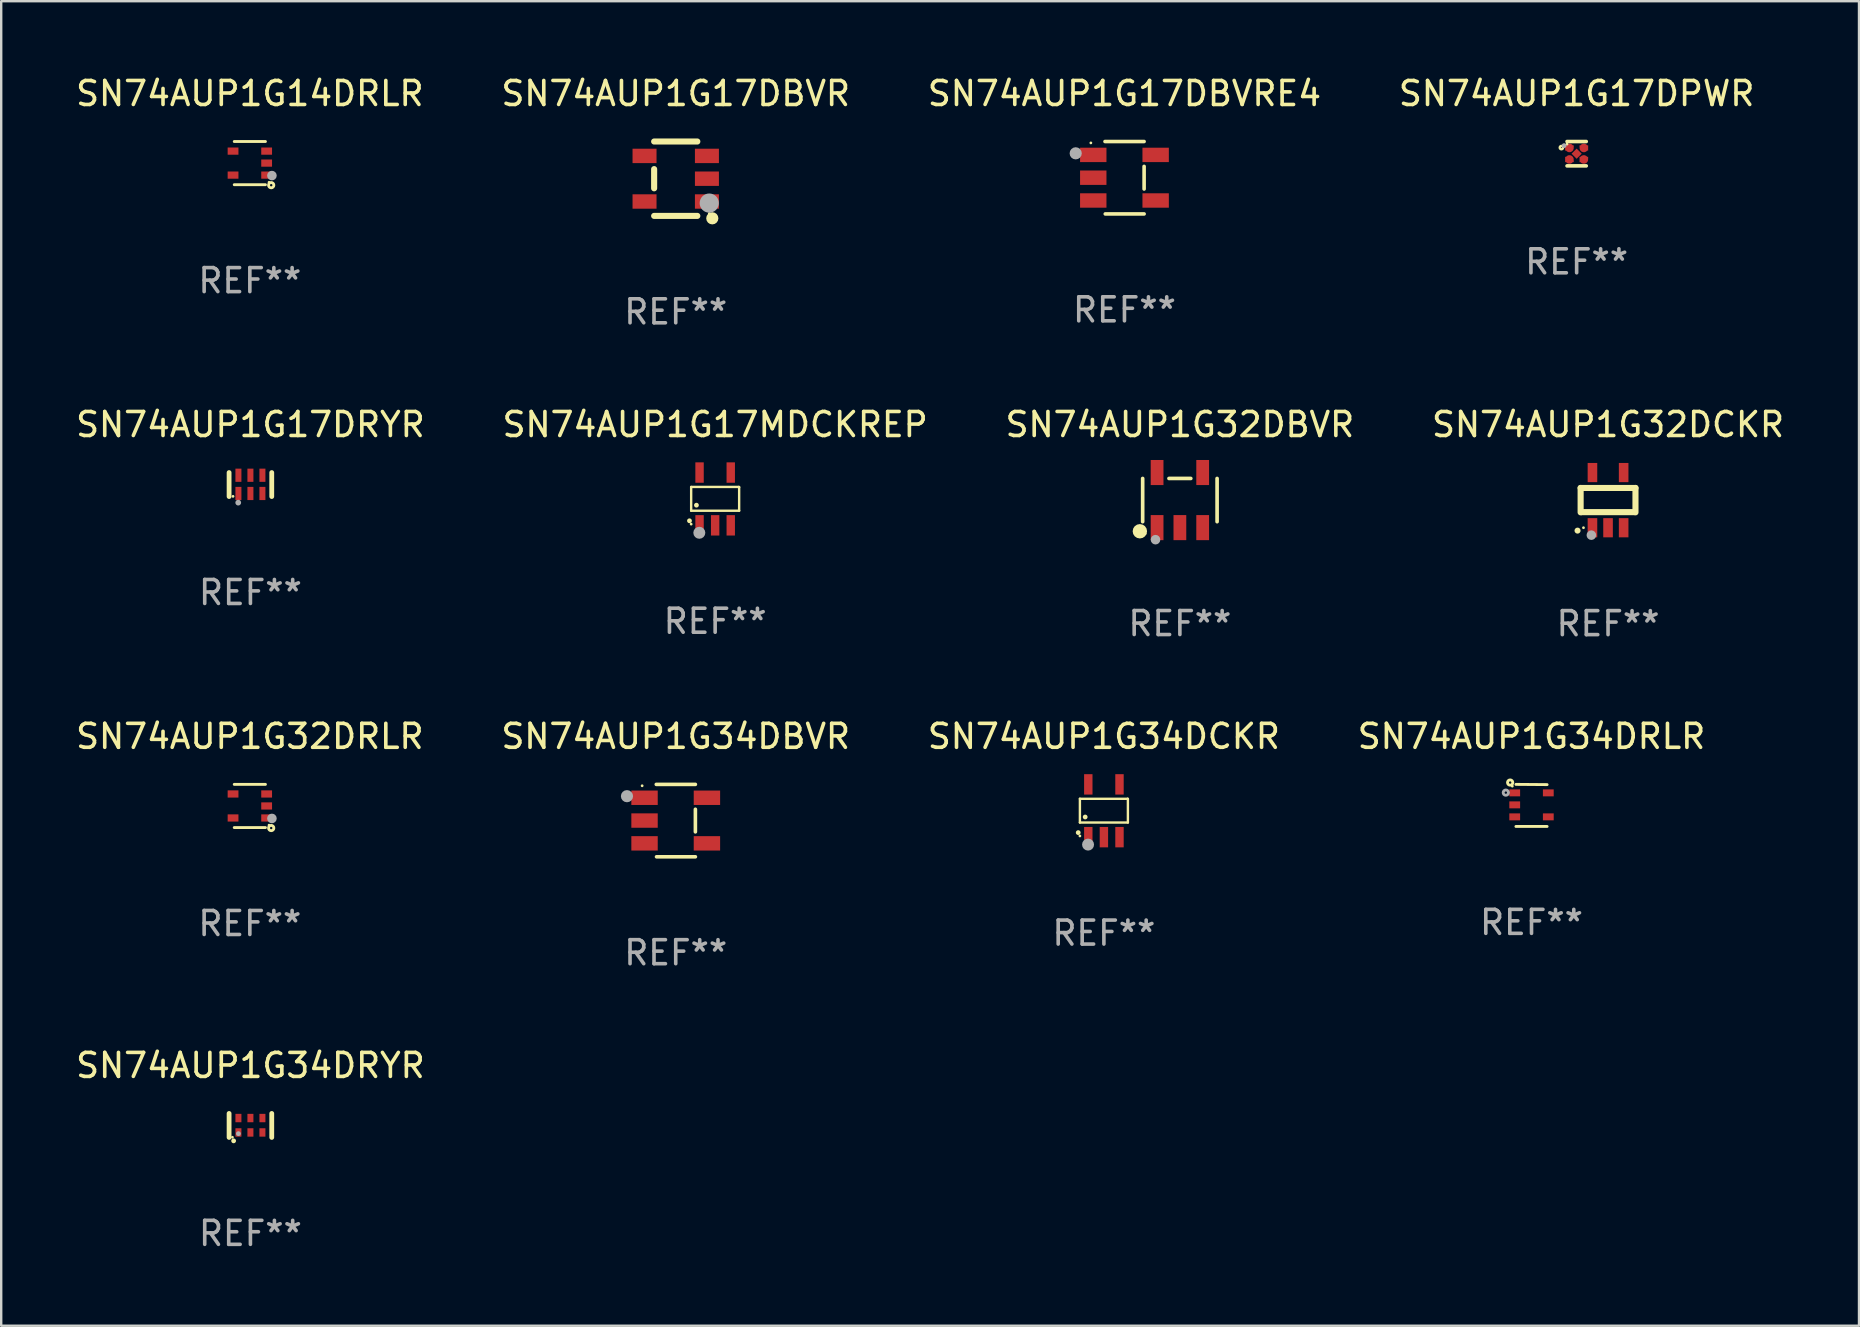
<source format=kicad_pcb>
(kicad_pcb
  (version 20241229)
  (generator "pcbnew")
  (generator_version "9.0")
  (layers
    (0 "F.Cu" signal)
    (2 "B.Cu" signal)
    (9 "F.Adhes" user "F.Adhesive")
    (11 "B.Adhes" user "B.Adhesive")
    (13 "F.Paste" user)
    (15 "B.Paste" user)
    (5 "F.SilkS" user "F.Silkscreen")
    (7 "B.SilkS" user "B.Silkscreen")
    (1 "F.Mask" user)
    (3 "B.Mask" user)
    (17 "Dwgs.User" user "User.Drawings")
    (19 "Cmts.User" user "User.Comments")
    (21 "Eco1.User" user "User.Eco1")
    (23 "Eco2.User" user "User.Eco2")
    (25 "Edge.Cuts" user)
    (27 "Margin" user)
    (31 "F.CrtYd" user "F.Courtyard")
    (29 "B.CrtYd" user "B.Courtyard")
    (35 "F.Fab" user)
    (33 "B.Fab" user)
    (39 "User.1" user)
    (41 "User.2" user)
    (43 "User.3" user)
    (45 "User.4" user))
  (footprint "SN74AUP1G32DRLR"
    (layer "F.Cu")
    (at 7.363 30.541)
    (property "Reference" "SN74AUP1G32DRLR" (at 0 -2.9 0) (layer "F.SilkS") (effects (font (size 1 1) (thickness 0.15))))
    (attr through_hole)
    (fp_line (start -0.65 -0.9) (end 0.65 -0.9) (stroke (width 0.12) (type solid)) (layer "F.SilkS"))
    (fp_line (start -0.65 0.9) (end 0.65 0.9) (stroke (width 0.12) (type solid)) (layer "F.SilkS"))
    (fp_circle (center 0.8 0.8) (end 0.83 0.8) (stroke (width 0.06) (type solid)) (fill no) (layer "F.SilkS"))
    (fp_circle (center 0.89 0.92) (end 0.94 0.92) (stroke (width 0.12) (type solid)) (fill no) (layer "F.SilkS"))
    (fp_circle (center 0.92 0.52) (end 1.02 0.52) (stroke (width 0.2) (type solid)) (fill no) (layer "F.Fab"))
    (fp_text user "REF**" (at 0 4.9 0) (layer "F.Fab") (effects (font (size 1 1) (thickness 0.15))))
    (pad "1" smd rect (at 0.7 0.5) (size 0.45 0.3) (layers "F.Cu" "F.Mask" "F.Paste"))
    (pad "2" smd rect (at 0.7 -0.000356) (size 0.45 0.3) (layers "F.Cu" "F.Mask" "F.Paste"))
    (pad "3" smd rect (at 0.7 -0.5) (size 0.45 0.3) (layers "F.Cu" "F.Mask" "F.Paste"))
    (pad "4" smd rect (at -0.7 -0.5) (size 0.45 0.3) (layers "F.Cu" "F.Mask" "F.Paste"))
    (pad "5" smd rect (at -0.7 0.5) (size 0.45 0.3) (layers "F.Cu" "F.Mask" "F.Paste")))
  (footprint "SN74AUP1G32DCKR"
    (layer "F.Cu")
    (at 63.97 17.795)
    (property "Reference" "SN74AUP1G32DCKR" (at 0 -3.15 0) (layer "F.SilkS") (effects (font (size 1 1) (thickness 0.15))))
    (attr through_hole)
    (fp_line (start -1.143 -0.508) (end -1.143 0.508) (stroke (width 0.254) (type solid)) (layer "F.SilkS"))
    (fp_line (start -1.1 0.5) (end 1.1 0.5) (stroke (width 0.254) (type solid)) (layer "F.SilkS"))
    (fp_line (start 1.143 -0.508) (end -1.143 -0.508) (stroke (width 0.254) (type solid)) (layer "F.SilkS"))
    (fp_line (start 1.143 0.508) (end 1.143 -0.508) (stroke (width 0.254) (type solid)) (layer "F.SilkS"))
    (fp_arc (start -1.272543 1.26999) (mid -1.271273 1.269983) (end -1.270003 1.26999) (stroke (width 0.24892) (type solid)) (layer "F.SilkS"))
    (fp_circle (center -1.024 1.149) (end -0.994 1.149) (stroke (width 0.06) (type solid)) (fill no) (layer "F.SilkS"))
    (fp_circle (center -0.695 1.459) (end -0.595 1.459) (stroke (width 0.2) (type solid)) (fill no) (layer "F.Fab"))
    (fp_text user "REF**" (at 0 5.15 0) (layer "F.Fab") (effects (font (size 1 1) (thickness 0.15))))
    (pad "1" smd rect (at -0.65 1.15) (size 0.4 0.8) (layers "F.Cu" "F.Mask" "F.Paste"))
    (pad "2" smd rect (at 0 1.15) (size 0.4 0.8) (layers "F.Cu" "F.Mask" "F.Paste"))
    (pad "3" smd rect (at 0.65 1.15) (size 0.4 0.8) (layers "F.Cu" "F.Mask" "F.Paste"))
    (pad "4" smd rect (at 0.65 -1.15) (size 0.4 0.8) (layers "F.Cu" "F.Mask" "F.Paste"))
    (pad "5" smd rect (at -0.65 -1.15) (size 0.4 0.8) (layers "F.Cu" "F.Mask" "F.Paste")))
  (footprint "SN74AUP1G34DRLR"
    (layer "F.Cu")
    (at 60.78 30.518)
    (property "Reference" "SN74AUP1G34DRLR" (at 0 -2.877 0) (layer "F.SilkS") (effects (font (size 1 1) (thickness 0.15))))
    (attr through_hole)
    (fp_line (start 0.65 -0.867) (end -0.65 -0.877) (stroke (width 0.12) (type solid)) (layer "F.SilkS"))
    (fp_line (start 0.65 0.877) (end -0.65 0.877) (stroke (width 0.12) (type solid)) (layer "F.SilkS"))
    (fp_circle (center -0.89 -0.953) (end -0.84 -0.953) (stroke (width 0.12) (type solid)) (fill no) (layer "F.SilkS"))
    (fp_circle (center -0.8 -0.803) (end -0.77 -0.803) (stroke (width 0.06) (type solid)) (fill no) (layer "F.SilkS"))
    (fp_circle (center -1.07 -0.533) (end -1.02 -0.533) (stroke (width 0.12) (type solid)) (fill no) (layer "F.Fab"))
    (fp_text user "REF**" (at 0 4.877 0) (layer "F.Fab") (effects (font (size 1 1) (thickness 0.15))))
    (pad "1" smd rect (at -0.7 -0.523) (size 0.45 0.29) (layers "F.Cu" "F.Mask" "F.Paste"))
    (pad "2" smd rect (at -0.7 -0.023) (size 0.45 0.29) (layers "F.Cu" "F.Mask" "F.Paste"))
    (pad "3" smd rect (at -0.7 0.477) (size 0.45 0.29) (layers "F.Cu" "F.Mask" "F.Paste"))
    (pad "4" smd rect (at 0.7 0.477) (size 0.45 0.29) (layers "F.Cu" "F.Mask" "F.Paste"))
    (pad "5" smd rect (at 0.7 -0.523) (size 0.45 0.29) (layers "F.Cu" "F.Mask" "F.Paste")))
  (footprint "SN74AUP1G17MDCKREP"
    (layer "F.Cu")
    (at 26.756 17.745)
    (property "Reference" "SN74AUP1G17MDCKREP" (at 0 -3.1 0) (layer "F.SilkS") (effects (font (size 1 1) (thickness 0.15))))
    (attr through_hole)
    (fp_line (start -1 -0.5) (end -1 0.49) (stroke (width 0.1) (type solid)) (layer "F.SilkS"))
    (fp_line (start -1 0.49) (end 1 0.49) (stroke (width 0.1) (type solid)) (layer "F.SilkS"))
    (fp_line (start 0.99 -0.5) (end -1 -0.5) (stroke (width 0.1) (type solid)) (layer "F.SilkS"))
    (fp_line (start 1 -0.49) (end 0.99 -0.5) (stroke (width 0.1) (type solid)) (layer "F.SilkS"))
    (fp_line (start 1 0.49) (end 1 -0.49) (stroke (width 0.1) (type solid)) (layer "F.SilkS"))
    (fp_circle (center -1.07 0.91) (end -1.02 0.91) (stroke (width 0.1) (type solid)) (fill no) (layer "F.SilkS"))
    (fp_circle (center -1 1.05) (end -0.97 1.05) (stroke (width 0.06) (type solid)) (fill no) (layer "F.SilkS"))
    (fp_circle (center -0.78 0.26) (end -0.73 0.26) (stroke (width 0.1) (type solid)) (fill no) (layer "F.SilkS"))
    (fp_circle (center -0.66 1.41) (end -0.535 1.41) (stroke (width 0.25) (type solid)) (fill no) (layer "F.Fab"))
    (fp_text user "REF**" (at 0 5.1 0) (layer "F.Fab") (effects (font (size 1 1) (thickness 0.15))))
    (pad "1" smd rect (at -0.65 1.1) (size 0.35 0.85) (layers "F.Cu" "F.Mask" "F.Paste"))
    (pad "2" smd rect (at 0.000051 1.1) (size 0.35 0.85) (layers "F.Cu" "F.Mask" "F.Paste"))
    (pad "3" smd rect (at 0.65 1.1) (size 0.35 0.85) (layers "F.Cu" "F.Mask" "F.Paste"))
    (pad "4" smd rect (at 0.65 -1.1) (size 0.35 0.85) (layers "F.Cu" "F.Mask" "F.Paste"))
    (pad "5" smd rect (at -0.65 -1.1) (size 0.35 0.85) (layers "F.Cu" "F.Mask" "F.Paste")))
  (footprint "SN74AUP1G34DBVR"
    (layer "F.Cu")
    (at 25.113 31.15)
    (property "Reference" "SN74AUP1G34DBVR" (at 0 -3.509 0) (layer "F.SilkS") (effects (font (size 1 1) (thickness 0.15))))
    (attr through_hole)
    (fp_line (start -0.811 -1.509) (end 0.819 -1.509) (stroke (width 0.15) (type solid)) (layer "F.SilkS"))
    (fp_line (start -0.8 1.509) (end 0.82 1.509) (stroke (width 0.15) (type solid)) (layer "F.SilkS"))
    (fp_line (start 0.819 -0.472) (end 0.819 0.47) (stroke (width 0.15) (type solid)) (layer "F.SilkS"))
    (fp_circle (center -1.4 -1.451) (end -1.37 -1.451) (stroke (width 0.06) (type solid)) (fill no) (layer "F.SilkS"))
    (fp_circle (center -2.032 -1.017) (end -1.905 -1.017) (stroke (width 0.254) (type solid)) (fill no) (layer "F.Fab"))
    (fp_text user "REF**" (at 0 5.509 0) (layer "F.Fab") (effects (font (size 1 1) (thickness 0.15))))
    (pad "1" smd rect (at -1.3 -0.951) (size 1.1 0.6) (layers "F.Cu" "F.Mask" "F.Paste"))
    (pad "2" smd rect (at -1.3 -0.001) (size 1.1 0.6) (layers "F.Cu" "F.Mask" "F.Paste"))
    (pad "3" smd rect (at -1.3 0.949) (size 1.1 0.6) (layers "F.Cu" "F.Mask" "F.Paste"))
    (pad "4" smd rect (at 1.3 0.949) (size 1.1 0.6) (layers "F.Cu" "F.Mask" "F.Paste"))
    (pad "5" smd rect (at 1.3 -0.951) (size 1.1 0.6) (layers "F.Cu" "F.Mask" "F.Paste")))
  (footprint "SN74AUP1G17DRYR"
    (layer "F.Cu")
    (at 7.387 17.145)
    (property "Reference" "SN74AUP1G17DRYR" (at 0 -2.5 0) (layer "F.SilkS") (effects (font (size 1 1) (thickness 0.15))))
    (attr through_hole)
    (fp_line (start -0.889 0.5) (end -0.889 -0.5) (stroke (width 0.2) (type solid)) (layer "F.SilkS"))
    (fp_line (start 0.889 0.5) (end 0.889 -0.5) (stroke (width 0.2) (type solid)) (layer "F.SilkS"))
    (fp_circle (center -0.725 0.492) (end -0.695 0.492) (stroke (width 0.06) (type solid)) (fill no) (layer "F.SilkS"))
    (fp_circle (center -0.508 0.754) (end -0.448 0.754) (stroke (width 0.12) (type solid)) (fill no) (layer "F.Fab"))
    (fp_text user "REF**" (at 0 4.5 0) (layer "F.Fab") (effects (font (size 1 1) (thickness 0.15))))
    (pad "1" smd rect (at -0.5 0.372) (size 0.25 0.55) (layers "F.Cu" "F.Mask" "F.Paste"))
    (pad "2" smd rect (at -0.000127 0.372) (size 0.25 0.55) (layers "F.Cu" "F.Mask" "F.Paste"))
    (pad "3" smd rect (at 0.5 0.372) (size 0.25 0.55) (layers "F.Cu" "F.Mask" "F.Paste"))
    (pad "4" smd rect (at 0.5 -0.388 180) (size 0.25 0.55) (layers "F.Cu" "F.Mask" "F.Paste"))
    (pad "5" smd rect (at -0.000127 -0.388 180) (size 0.25 0.55) (layers "F.Cu" "F.Mask" "F.Paste"))
    (pad "6" smd rect (at -0.5 -0.388 180) (size 0.25 0.55) (layers "F.Cu" "F.Mask" "F.Paste")))
  (footprint "SN74AUP1G14DRLR"
    (layer "F.Cu")
    (at 7.363 3.748)
    (property "Reference" "SN74AUP1G14DRLR" (at 0 -2.9 0) (layer "F.SilkS") (effects (font (size 1 1) (thickness 0.15))))
    (attr through_hole)
    (fp_line (start -0.65 -0.9) (end 0.65 -0.9) (stroke (width 0.12) (type solid)) (layer "F.SilkS"))
    (fp_line (start -0.65 0.9) (end 0.65 0.9) (stroke (width 0.12) (type solid)) (layer "F.SilkS"))
    (fp_circle (center 0.8 0.8) (end 0.83 0.8) (stroke (width 0.06) (type solid)) (fill no) (layer "F.SilkS"))
    (fp_circle (center 0.89 0.92) (end 0.94 0.92) (stroke (width 0.12) (type solid)) (fill no) (layer "F.SilkS"))
    (fp_circle (center 0.92 0.52) (end 1.02 0.52) (stroke (width 0.2) (type solid)) (fill no) (layer "F.Fab"))
    (fp_text user "REF**" (at 0 4.9 0) (layer "F.Fab") (effects (font (size 1 1) (thickness 0.15))))
    (pad "1" smd rect (at 0.7 0.5) (size 0.45 0.3) (layers "F.Cu" "F.Mask" "F.Paste"))
    (pad "2" smd rect (at 0.7 -0.000356) (size 0.45 0.3) (layers "F.Cu" "F.Mask" "F.Paste"))
    (pad "3" smd rect (at 0.7 -0.5) (size 0.45 0.3) (layers "F.Cu" "F.Mask" "F.Paste"))
    (pad "4" smd rect (at -0.7 -0.5) (size 0.45 0.3) (layers "F.Cu" "F.Mask" "F.Paste"))
    (pad "5" smd rect (at -0.7 0.5) (size 0.45 0.3) (layers "F.Cu" "F.Mask" "F.Paste")))
  (footprint "SN74AUP1G17DPWR"
    (layer "F.Cu")
    (at 62.661 3.356)
    (property "Reference" "SN74AUP1G17DPWR" (at 0 -2.508 0) (layer "F.SilkS") (effects (font (size 1 1) (thickness 0.15))))
    (attr through_hole)
    (fp_line (start 0.4 -0.508) (end -0.4 -0.508) (stroke (width 0.15) (type solid)) (layer "F.SilkS"))
    (fp_line (start 0.4 0.508) (end -0.4 0.508) (stroke (width 0.15) (type solid)) (layer "F.SilkS"))
    (fp_circle (center -0.635 -0.254) (end -0.615 -0.254) (stroke (width 0.1) (type solid)) (fill no) (layer "F.SilkS"))
    (fp_circle (center -0.401 -0.4) (end -0.371 -0.4) (stroke (width 0.06) (type solid)) (fill no) (layer "F.SilkS"))
    (fp_circle (center -0.523 -0.337) (end -0.473 -0.337) (stroke (width 0.1) (type solid)) (fill no) (layer "F.Fab"))
    (fp_text user "REF**" (at 0 4.508 0) (layer "F.Fab") (effects (font (size 1 1) (thickness 0.15))))
    (pad "1" smd custom (at -0.3 -0.24) (size 0.36 0.22) (layers "F.Cu" "F.Mask" "F.Paste") (options (anchor circle)) (primitives (gr_poly (pts (xy -0.18 -0.11) (xy -0.18 0.11) (xy 0.000127 0.11) (xy 0.18 -0.03) (xy 0.18 -0.11) (xy -0.18 -0.11)) (width 0) (fill yes))))
    (pad "2" smd custom (at -0.3 0.24) (size 0.36 0.22) (layers "F.Cu" "F.Mask" "F.Paste") (options (anchor circle)) (primitives (gr_poly (pts (xy -0.18 0.11) (xy -0.18 -0.11) (xy 0.000127 -0.11) (xy 0.18 0.03) (xy 0.18 0.11) (xy -0.18 0.11)) (width 0) (fill yes))))
    (pad "3" smd rect (at 0.000102 -0.000127 45) (size 0.3 0.3) (layers "F.Cu" "F.Mask" "F.Paste"))
    (pad "4" smd custom (at 0.3 0.24 180) (size 0.36 0.22) (layers "F.Cu" "F.Mask" "F.Paste") (options (anchor circle)) (primitives (gr_poly (pts (xy 0.18 0.11) (xy 0.18 -0.11) (xy -0.000178 -0.11) (xy -0.18 0.03) (xy -0.18 0.11) (xy 0.18 0.11)) (width 0) (fill yes))))
    (pad "5" smd custom (at 0.3 -0.24) (size 0.36 0.22) (layers "F.Cu" "F.Mask" "F.Paste") (options (anchor circle)) (primitives (gr_poly (pts (xy 0.18 -0.11) (xy 0.18 0.11) (xy -0.000152 0.11) (xy -0.18 -0.03) (xy -0.18 -0.11) (xy 0.18 -0.11)) (width 0) (fill yes)))))
  (footprint "SN74AUP1G17DBVR"
    (layer "F.Cu")
    (at 25.113 4.398)
    (property "Reference" "SN74AUP1G17DBVR" (at 0 -3.55 0) (layer "F.SilkS") (effects (font (size 1 1) (thickness 0.15))))
    (attr through_hole)
    (fp_line (start -0.9 -1.55) (end 0.9 -1.55) (stroke (width 0.254) (type solid)) (layer "F.SilkS"))
    (fp_line (start -0.9 0.4) (end -0.9 -0.4) (stroke (width 0.254) (type solid)) (layer "F.SilkS"))
    (fp_line (start -0.9 1.55) (end 0.9 1.55) (stroke (width 0.254) (type solid)) (layer "F.SilkS"))
    (fp_circle (center 1.4 1.45) (end 1.43 1.45) (stroke (width 0.06) (type solid)) (fill no) (layer "F.SilkS"))
    (fp_circle (center 1.524 1.651) (end 1.651 1.651) (stroke (width 0.254) (type solid)) (fill no) (layer "F.SilkS"))
    (fp_circle (center 1.397 1.016) (end 1.597 1.016) (stroke (width 0.4) (type solid)) (fill no) (layer "F.Fab"))
    (fp_text user "REF**" (at 0 5.55 0) (layer "F.Fab") (effects (font (size 1 1) (thickness 0.15))))
    (pad "1" smd rect (at 1.3 0.95) (size 1 0.6) (layers "F.Cu" "F.Mask" "F.Paste"))
    (pad "2" smd rect (at 1.3 -0.000051) (size 1 0.6) (layers "F.Cu" "F.Mask" "F.Paste"))
    (pad "3" smd rect (at 1.3 -0.95) (size 1 0.6) (layers "F.Cu" "F.Mask" "F.Paste"))
    (pad "4" smd rect (at -1.3 -0.95) (size 1 0.6) (layers "F.Cu" "F.Mask" "F.Paste"))
    (pad "5" smd rect (at -1.3 0.95) (size 1 0.6) (layers "F.Cu" "F.Mask" "F.Paste")))
  (footprint "SN74AUP1G34DRYR"
    (layer "F.Cu")
    (at 7.387 43.856)
    (property "Reference" "SN74AUP1G34DRYR" (at 0 -2.5 0) (layer "F.SilkS") (effects (font (size 1 1) (thickness 0.15))))
    (attr through_hole)
    (fp_line (start -0.889 0.5) (end -0.889 -0.5) (stroke (width 0.2) (type solid)) (layer "F.SilkS"))
    (fp_line (start 0.889 0.5) (end 0.889 -0.5) (stroke (width 0.2) (type solid)) (layer "F.SilkS"))
    (fp_circle (center -0.75 0.492) (end -0.72 0.492) (stroke (width 0.06) (type solid)) (fill no) (layer "F.SilkS"))
    (fp_circle (center -0.7 0.642) (end -0.65 0.642) (stroke (width 0.1) (type solid)) (fill no) (layer "F.SilkS"))
    (fp_circle (center -0.5 0.342) (end -0.45 0.342) (stroke (width 0.1) (type solid)) (fill no) (layer "F.Fab"))
    (fp_text user "REF**" (at 0 4.5 0) (layer "F.Fab") (effects (font (size 1 1) (thickness 0.15))))
    (pad "1" smd rect (at -0.5 0.292) (size 0.25 0.35) (layers "F.Cu" "F.Mask" "F.Paste"))
    (pad "2" smd rect (at -0.000102 0.292) (size 0.25 0.35) (layers "F.Cu" "F.Mask" "F.Paste"))
    (pad "3" smd rect (at 0.5 0.292) (size 0.25 0.35) (layers "F.Cu" "F.Mask" "F.Paste"))
    (pad "4" smd rect (at 0.5 -0.308 180) (size 0.25 0.35) (layers "F.Cu" "F.Mask" "F.Paste"))
    (pad "5" smd rect (at -0.000102 -0.308 180) (size 0.25 0.35) (layers "F.Cu" "F.Mask" "F.Paste"))
    (pad "6" smd rect (at -0.5 -0.308 180) (size 0.25 0.35) (layers "F.Cu" "F.Mask" "F.Paste")))
  (footprint "SN74AUP1G32DBVR"
    (layer "F.Cu")
    (at 46.125 17.792)
    (property "Reference" "SN74AUP1G32DBVR" (at 0 -3.148 0) (layer "F.SilkS") (effects (font (size 1 1) (thickness 0.15))))
    (attr through_hole)
    (fp_line (start -1.551 0.901) (end -1.551 -0.901) (stroke (width 0.152) (type solid)) (layer "F.SilkS"))
    (fp_line (start 0.455 -0.901) (end -0.455 -0.901) (stroke (width 0.152) (type solid)) (layer "F.SilkS"))
    (fp_line (start 1.551 0.901) (end 1.551 -0.901) (stroke (width 0.152) (type solid)) (layer "F.SilkS"))
    (fp_circle (center -1.668 1.3) (end -1.518 1.3) (stroke (width 0.3) (type solid)) (fill no) (layer "F.SilkS"))
    (fp_circle (center -1.45 1.4) (end -1.42 1.4) (stroke (width 0.06) (type solid)) (fill no) (layer "F.SilkS"))
    (fp_circle (center -1.016 1.651) (end -0.916 1.651) (stroke (width 0.2) (type solid)) (fill no) (layer "F.Fab"))
    (fp_text user "REF**" (at 0 5.148 0) (layer "F.Fab") (effects (font (size 1 1) (thickness 0.15))))
    (pad "1" smd rect (at -0.95 1.148) (size 0.532 1.045) (layers "F.Cu" "F.Mask" "F.Paste"))
    (pad "2" smd rect (at 0 1.148) (size 0.532 1.045) (layers "F.Cu" "F.Mask" "F.Paste"))
    (pad "3" smd rect (at 0.95 1.148) (size 0.532 1.045) (layers "F.Cu" "F.Mask" "F.Paste"))
    (pad "4" smd rect (at 0.95 -1.148) (size 0.532 1.045) (layers "F.Cu" "F.Mask" "F.Paste"))
    (pad "5" smd rect (at -0.95 -1.148) (size 0.532 1.045) (layers "F.Cu" "F.Mask" "F.Paste")))
  (footprint "SN74AUP1G34DCKR"
    (layer "F.Cu")
    (at 42.958 30.741)
    (property "Reference" "SN74AUP1G34DCKR" (at 0 -3.1 0) (layer "F.SilkS") (effects (font (size 1 1) (thickness 0.15))))
    (attr through_hole)
    (fp_line (start -1 -0.5) (end -1 0.49) (stroke (width 0.1) (type solid)) (layer "F.SilkS"))
    (fp_line (start -1 0.49) (end 1 0.49) (stroke (width 0.1) (type solid)) (layer "F.SilkS"))
    (fp_line (start 0.99 -0.5) (end -1 -0.5) (stroke (width 0.1) (type solid)) (layer "F.SilkS"))
    (fp_line (start 1 -0.49) (end 0.99 -0.5) (stroke (width 0.1) (type solid)) (layer "F.SilkS"))
    (fp_line (start 1 0.49) (end 1 -0.49) (stroke (width 0.1) (type solid)) (layer "F.SilkS"))
    (fp_circle (center -1.07 0.91) (end -1.02 0.91) (stroke (width 0.1) (type solid)) (fill no) (layer "F.SilkS"))
    (fp_circle (center -1 1.05) (end -0.97 1.05) (stroke (width 0.06) (type solid)) (fill no) (layer "F.SilkS"))
    (fp_circle (center -0.78 0.26) (end -0.73 0.26) (stroke (width 0.1) (type solid)) (fill no) (layer "F.SilkS"))
    (fp_circle (center -0.66 1.41) (end -0.535 1.41) (stroke (width 0.25) (type solid)) (fill no) (layer "F.Fab"))
    (fp_text user "REF**" (at 0 5.1 0) (layer "F.Fab") (effects (font (size 1 1) (thickness 0.15))))
    (pad "1" smd rect (at -0.65 1.1) (size 0.35 0.85) (layers "F.Cu" "F.Mask" "F.Paste"))
    (pad "2" smd rect (at 0.000051 1.1) (size 0.35 0.85) (layers "F.Cu" "F.Mask" "F.Paste"))
    (pad "3" smd rect (at 0.65 1.1) (size 0.35 0.85) (layers "F.Cu" "F.Mask" "F.Paste"))
    (pad "4" smd rect (at 0.65 -1.1) (size 0.35 0.85) (layers "F.Cu" "F.Mask" "F.Paste"))
    (pad "5" smd rect (at -0.65 -1.1) (size 0.35 0.85) (layers "F.Cu" "F.Mask" "F.Paste")))
  (footprint "SN74AUP1G17DBVRE4"
    (layer "F.Cu")
    (at 43.815 4.357)
    (property "Reference" "SN74AUP1G17DBVRE4" (at 0 -3.509 0) (layer "F.SilkS") (effects (font (size 1 1) (thickness 0.15))))
    (attr through_hole)
    (fp_line (start -0.811 -1.509) (end 0.819 -1.509) (stroke (width 0.15) (type solid)) (layer "F.SilkS"))
    (fp_line (start -0.8 1.509) (end 0.82 1.509) (stroke (width 0.15) (type solid)) (layer "F.SilkS"))
    (fp_line (start 0.819 -0.472) (end 0.819 0.47) (stroke (width 0.15) (type solid)) (layer "F.SilkS"))
    (fp_circle (center -1.4 -1.451) (end -1.37 -1.451) (stroke (width 0.06) (type solid)) (fill no) (layer "F.SilkS"))
    (fp_circle (center -2.032 -1.017) (end -1.905 -1.017) (stroke (width 0.254) (type solid)) (fill no) (layer "F.Fab"))
    (fp_text user "REF**" (at 0 5.509 0) (layer "F.Fab") (effects (font (size 1 1) (thickness 0.15))))
    (pad "1" smd rect (at -1.3 -0.951) (size 1.1 0.6) (layers "F.Cu" "F.Mask" "F.Paste"))
    (pad "2" smd rect (at -1.3 -0.001) (size 1.1 0.6) (layers "F.Cu" "F.Mask" "F.Paste"))
    (pad "3" smd rect (at -1.3 0.949) (size 1.1 0.6) (layers "F.Cu" "F.Mask" "F.Paste"))
    (pad "4" smd rect (at 1.3 0.949) (size 1.1 0.6) (layers "F.Cu" "F.Mask" "F.Paste"))
    (pad "5" smd rect (at 1.3 -0.951) (size 1.1 0.6) (layers "F.Cu" "F.Mask" "F.Paste")))
  (gr_rect
    (start -3 -3)
    (end 74.429 52.204)
    (stroke (width 0.1) (type default))
    (fill no)
    (layer "Edge.Cuts")))
</source>
